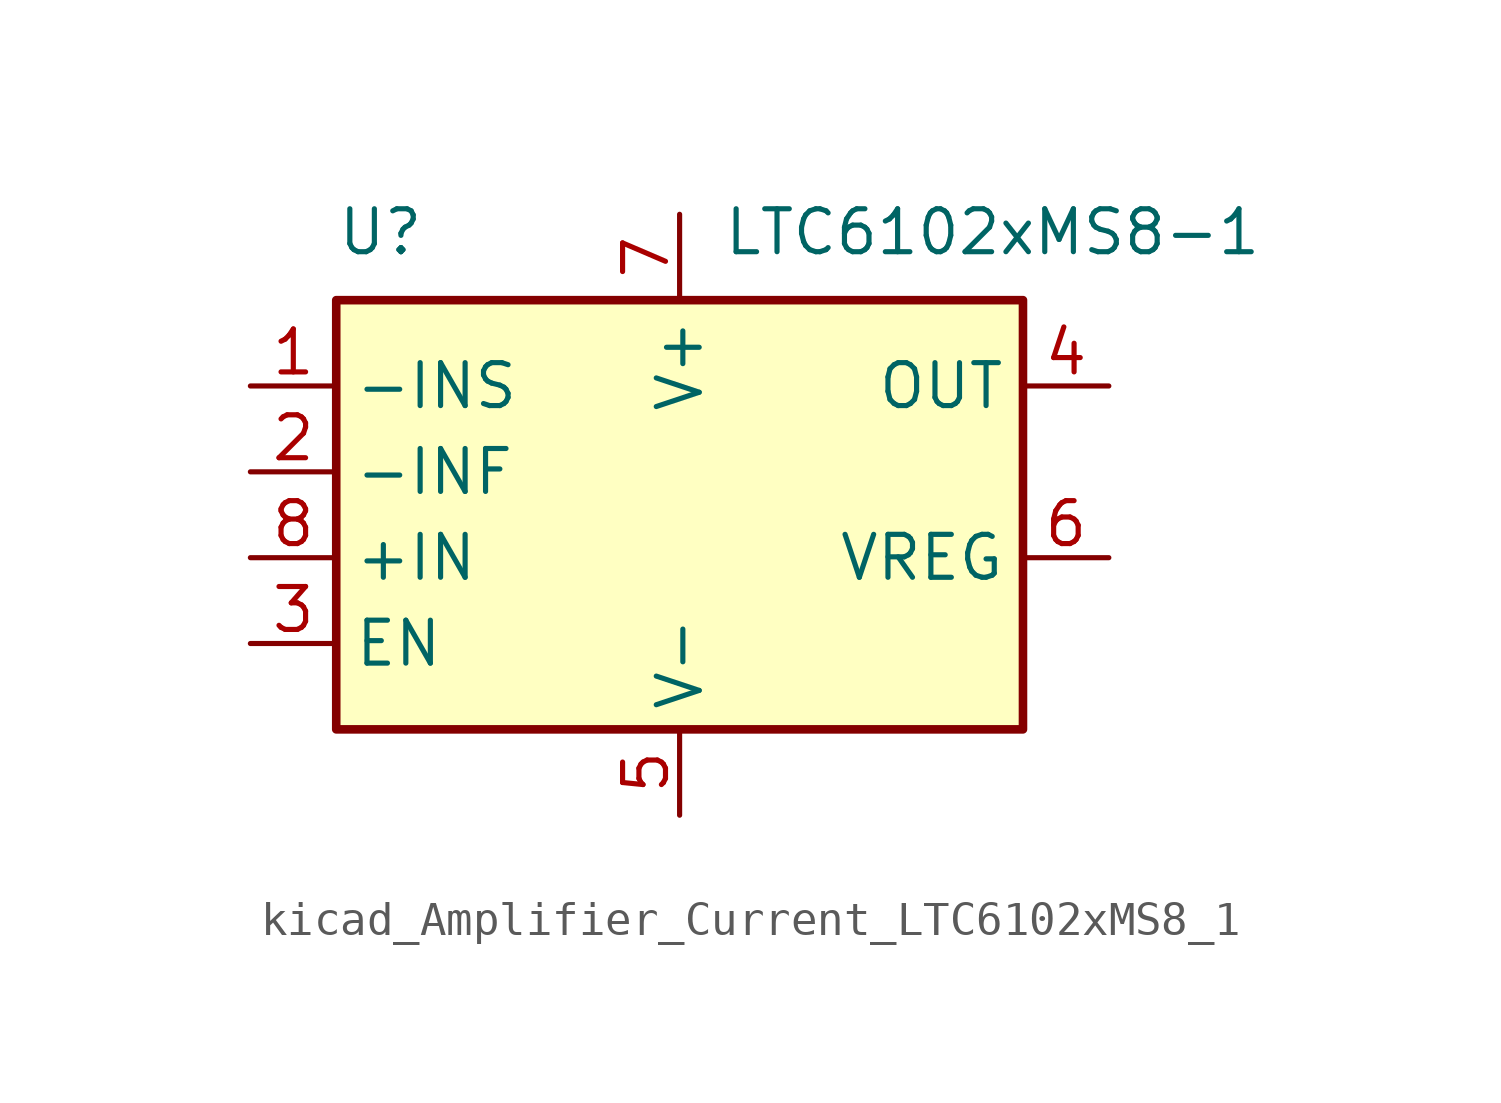
<source format=kicad_sym>
(kicad_symbol_lib
  (version 20220914)
  (generator kicad_symbol_editor)
  (symbol "kicad_Amplifier_Current_LTC6102xMS8_1"
    (property "Reference" "U"
      (at -10.16 8.89 0)
      (effects (font (size 1.27 1.27)) (justify left bottom)))
    (property "Value" "LTC6102xMS8-1"
      (at 1.27 8.89 0)
      (effects (font (size 1.27 1.27)) (justify left bottom)))
    (symbol "kicad_Amplifier_Current_LTC6102xMS8_1_0_1"
      (rectangle (start -10.16 7.62) (end 10.16 -5.08) (stroke (width 0.254) (type default)) (fill (type background))))
    (symbol "kicad_Amplifier_Current_LTC6102xMS8_1_1_1"
      (pin input line (at -12.7 5.08 0) (length 2.54) (name "-INS" (effects (font (size 1.27 1.27)))) (number "1" (effects (font (size 1.27 1.27)))))
      (pin input line (at -12.7 2.54 0) (length 2.54) (name "-INF" (effects (font (size 1.27 1.27)))) (number "2" (effects (font (size 1.27 1.27)))))
      (pin input line (at -12.7 -2.54 0) (length 2.54) (name "EN" (effects (font (size 1.27 1.27)))) (number "3" (effects (font (size 1.27 1.27)))))
      (pin output line (at 12.7 5.08 180) (length 2.54) (name "OUT" (effects (font (size 1.27 1.27)))) (number "4" (effects (font (size 1.27 1.27)))))
      (pin power_in line (at 0 -7.62 90) (length 2.54) (name "V-" (effects (font (size 1.27 1.27)))) (number "5" (effects (font (size 1.27 1.27)))))
      (pin output line (at 12.7 0 180) (length 2.54) (name "VREG" (effects (font (size 1.27 1.27)))) (number "6" (effects (font (size 1.27 1.27)))))
      (pin power_in line (at 0 10.16 270) (length 2.54) (name "V+" (effects (font (size 1.27 1.27)))) (number "7" (effects (font (size 1.27 1.27)))))
      (pin input line (at -12.7 0 0) (length 2.54) (name "+IN" (effects (font (size 1.27 1.27)))) (number "8" (effects (font (size 1.27 1.27))))))))
</source>
